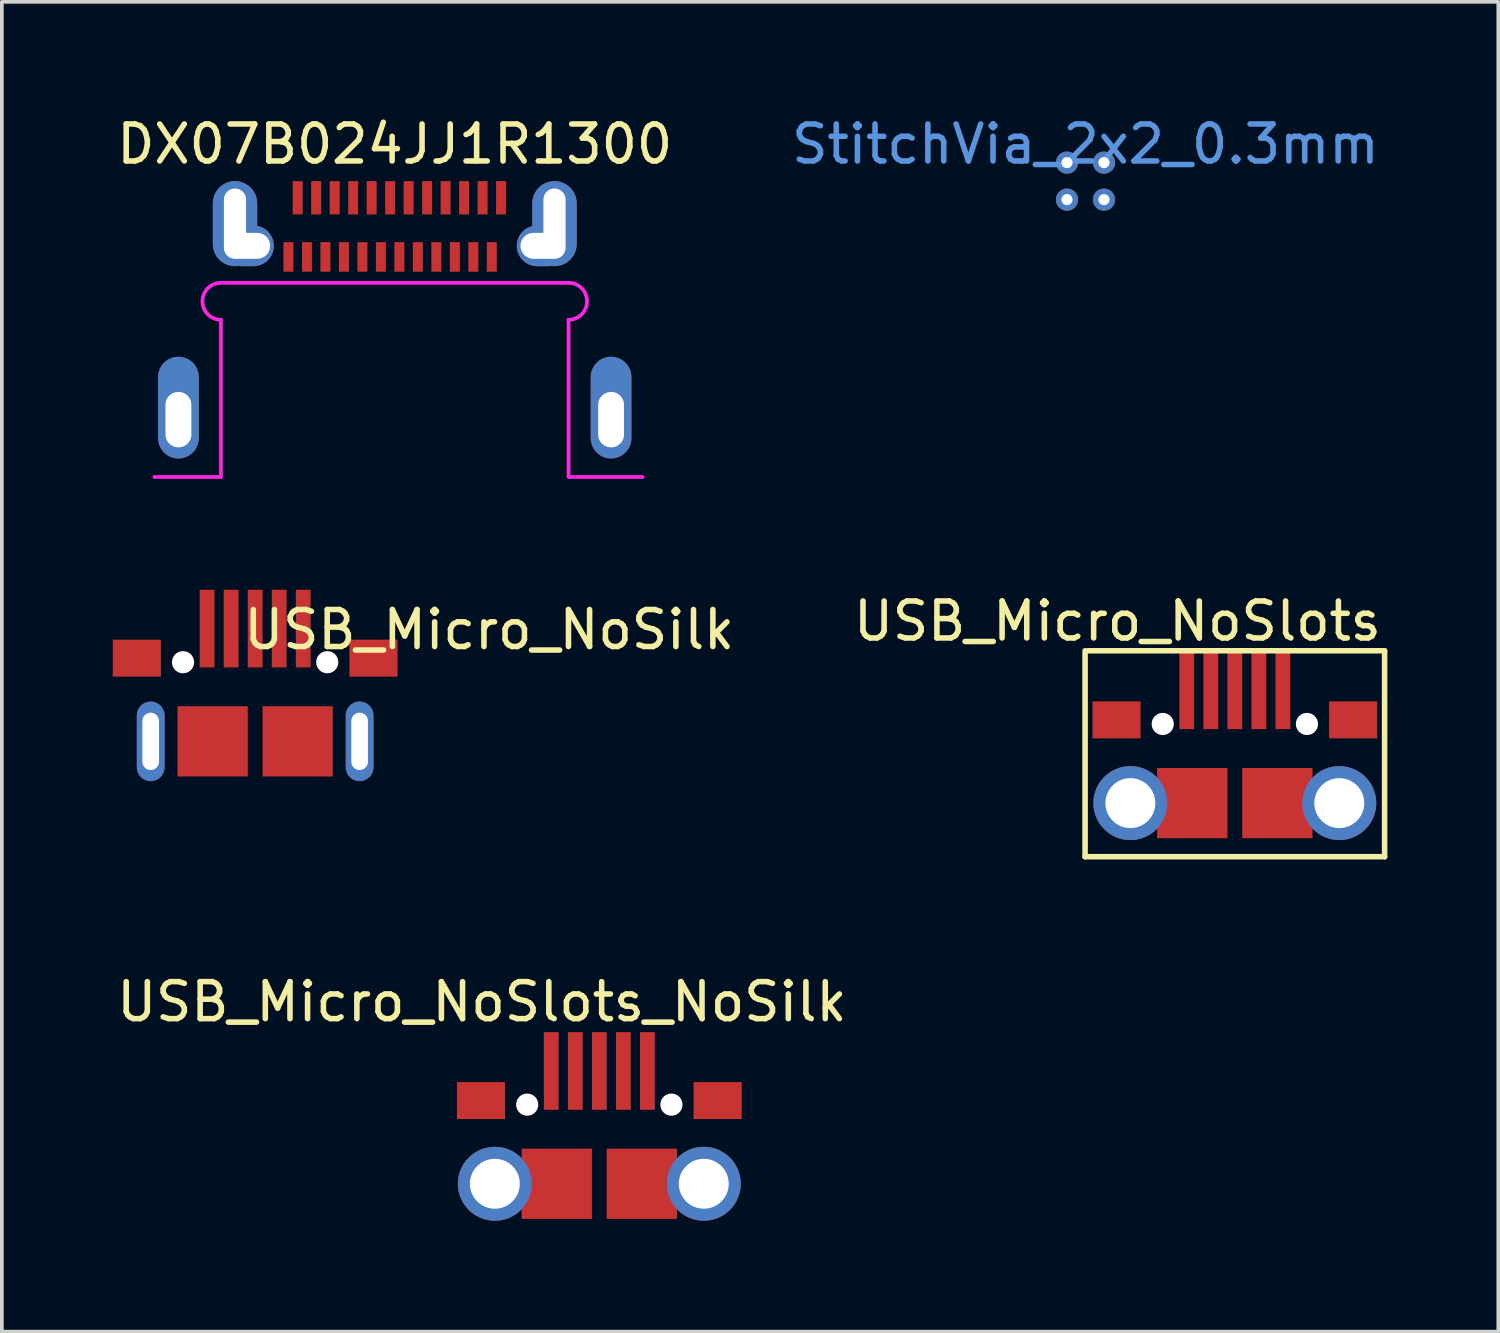
<source format=kicad_pcb>
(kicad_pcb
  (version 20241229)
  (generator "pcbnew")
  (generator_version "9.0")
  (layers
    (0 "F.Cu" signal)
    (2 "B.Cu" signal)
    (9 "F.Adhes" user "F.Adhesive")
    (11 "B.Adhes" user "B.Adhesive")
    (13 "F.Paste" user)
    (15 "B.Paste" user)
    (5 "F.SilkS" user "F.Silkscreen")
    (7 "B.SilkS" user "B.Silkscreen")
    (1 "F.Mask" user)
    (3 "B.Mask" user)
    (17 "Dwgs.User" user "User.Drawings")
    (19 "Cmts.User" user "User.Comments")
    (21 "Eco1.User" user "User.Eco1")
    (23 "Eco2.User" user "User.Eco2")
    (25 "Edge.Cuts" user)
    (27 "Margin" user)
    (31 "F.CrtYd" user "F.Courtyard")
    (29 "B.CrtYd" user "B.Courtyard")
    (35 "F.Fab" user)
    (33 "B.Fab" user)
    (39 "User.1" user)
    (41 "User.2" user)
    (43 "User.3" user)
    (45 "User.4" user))
  (footprint "DX07B024JJ1R1300"
    (layer "F.Cu")
    (at 7.625 2.998)
    (property "Reference" "DX07B024JJ1R1300" (at 0 -2.15 0) (layer "F.SilkS") (effects (font (size 1 1) (thickness 0.15))))
    (attr through_hole)
    (fp_line (start -4.7 1.6) (end 4.7 1.6) (stroke (width 0.1) (type solid)) (layer "F.CrtYd"))
    (fp_line (start -4.7 2.6) (end -4.7 6.85) (stroke (width 0.1) (type solid)) (layer "F.CrtYd"))
    (fp_line (start -4.7 6.85) (end -6.5 6.85) (stroke (width 0.1) (type solid)) (layer "F.CrtYd"))
    (fp_line (start 4.7 2.6) (end 4.7 6.85) (stroke (width 0.1) (type solid)) (layer "F.CrtYd"))
    (fp_line (start 4.7 6.85) (end 6.7 6.85) (stroke (width 0.1) (type solid)) (layer "F.CrtYd"))
    (fp_arc (start -4.7 2.6) (mid -5.2 2.1) (end -4.7 1.6) (stroke (width 0.1) (type solid)) (layer "F.CrtYd"))
    (fp_arc (start 4.7 1.6) (mid 5.2 2.1) (end 4.7 2.6) (stroke (width 0.1) (type solid)) (layer "F.CrtYd"))
    (pad "0" thru_hole oval (at -5.85 5.3) (size 1.1 2.75) (drill oval 0.7 1.5 (offset 0 -0.325)) (layers "*.Cu" "*.Mask"))
    (pad "0" thru_hole oval (at -4.32 0) (size 1.2 2.3) (drill oval 0.6 1.9) (layers "*.Cu" "*.Mask"))
    (pad "0" thru_hole oval (at -3.97 0.6) (size 1.4 1.1) (drill oval 1.2 0.7) (layers "*.Cu" "*.Mask"))
    (pad "0" thru_hole oval (at 4 0.6) (size 1.4 1.1) (drill oval 1.2 0.7) (layers "*.Cu" "*.Mask"))
    (pad "0" thru_hole oval (at 4.32 0) (size 1.2 2.3) (drill oval 0.6 1.9) (layers "*.Cu" "*.Mask"))
    (pad "0" thru_hole oval (at 5.85 5.3) (size 1.1 2.75) (drill oval 0.7 1.5 (offset 0 -0.325)) (layers "*.Cu" "*.Mask"))
    (pad "A1" smd rect (at -2.625 -0.7) (size 0.27 0.9) (layers "F.Cu" "F.Mask" "F.Paste"))
    (pad "A2" smd rect (at -2.125 -0.7) (size 0.27 0.9) (layers "F.Cu" "F.Mask" "F.Paste"))
    (pad "A3" smd rect (at -1.625 -0.7) (size 0.27 0.9) (layers "F.Cu" "F.Mask" "F.Paste"))
    (pad "A4" smd rect (at -1.125 -0.7) (size 0.27 0.9) (layers "F.Cu" "F.Mask" "F.Paste"))
    (pad "A5" smd rect (at -0.625 -0.7) (size 0.27 0.9) (layers "F.Cu" "F.Mask" "F.Paste"))
    (pad "A6" smd rect (at -0.125 -0.7) (size 0.27 0.9) (layers "F.Cu" "F.Mask" "F.Paste"))
    (pad "A7" smd rect (at 0.375 -0.7) (size 0.27 0.9) (layers "F.Cu" "F.Mask" "F.Paste"))
    (pad "A8" smd rect (at 0.875 -0.7) (size 0.27 0.9) (layers "F.Cu" "F.Mask" "F.Paste"))
    (pad "A9" smd rect (at 1.375 -0.7) (size 0.27 0.9) (layers "F.Cu" "F.Mask" "F.Paste"))
    (pad "A10" smd rect (at 1.875 -0.7) (size 0.27 0.9) (layers "F.Cu" "F.Mask" "F.Paste"))
    (pad "A11" smd rect (at 2.375 -0.7) (size 0.27 0.9) (layers "F.Cu" "F.Mask" "F.Paste"))
    (pad "A12" smd rect (at 2.875 -0.7) (size 0.27 0.9) (layers "F.Cu" "F.Mask" "F.Paste"))
    (pad "B1" smd rect (at 2.625 0.9) (size 0.27 0.8) (layers "F.Cu" "F.Mask" "F.Paste"))
    (pad "B2" smd rect (at 2.125 0.9) (size 0.27 0.8) (layers "F.Cu" "F.Mask" "F.Paste"))
    (pad "B3" smd rect (at 1.625 0.9) (size 0.27 0.8) (layers "F.Cu" "F.Mask" "F.Paste"))
    (pad "B4" smd rect (at 1.125 0.9) (size 0.27 0.8) (layers "F.Cu" "F.Mask" "F.Paste"))
    (pad "B5" smd rect (at 0.625 0.9) (size 0.27 0.8) (layers "F.Cu" "F.Mask" "F.Paste"))
    (pad "B6" smd rect (at 0.125 0.9) (size 0.27 0.8) (layers "F.Cu" "F.Mask" "F.Paste"))
    (pad "B7" smd rect (at -0.375 0.9) (size 0.27 0.8) (layers "F.Cu" "F.Mask" "F.Paste"))
    (pad "B8" smd rect (at -0.875 0.9) (size 0.27 0.8) (layers "F.Cu" "F.Mask" "F.Paste"))
    (pad "B9" smd rect (at -1.375 0.9) (size 0.27 0.8) (layers "F.Cu" "F.Mask" "F.Paste"))
    (pad "B10" smd rect (at -1.875 0.9) (size 0.27 0.8) (layers "F.Cu" "F.Mask" "F.Paste"))
    (pad "B11" smd rect (at -2.375 0.9) (size 0.27 0.8) (layers "F.Cu" "F.Mask" "F.Paste"))
    (pad "B12" smd rect (at -2.875 0.9) (size 0.27 0.8) (layers "F.Cu" "F.Mask" "F.Paste")))
  (footprint "USB_Micro_NoSilk"
    (layer "F.Cu")
    (at 3.85 14.998)
    (property "Reference" "USB_Micro_NoSilk" (at 6.33 -1.02 0) (layer "F.SilkS") (effects (font (size 1 1) (thickness 0.15))))
    (attr through_hole)
    (pad "" np_thru_hole circle (at -1.95 -0.14) (size 0.6 0.6) (drill 0.6) (layers "*.Cu" "*.Mask"))
    (pad "" np_thru_hole circle (at 1.95 -0.14) (size 0.6 0.6) (drill 0.6) (layers "*.Cu" "*.Mask"))
    (pad "1" smd rect (at -1.3 -1.05) (size 0.4 2.1) (layers "F.Cu" "F.Mask" "F.Paste"))
    (pad "2" smd rect (at -0.65 -1.05) (size 0.4 2.1) (layers "F.Cu" "F.Mask" "F.Paste"))
    (pad "3" smd rect (at 0 -1.05) (size 0.4 2.1) (layers "F.Cu" "F.Mask" "F.Paste"))
    (pad "4" smd rect (at 0.65 -1.05) (size 0.4 2.1) (layers "F.Cu" "F.Mask" "F.Paste"))
    (pad "5" smd rect (at 1.3 -1.05) (size 0.4 2.1) (layers "F.Cu" "F.Mask" "F.Paste"))
    (pad "6" smd rect (at -3.2 -0.25) (size 1.3 1) (layers "F.Cu" "F.Mask" "F.Paste"))
    (pad "6" thru_hole oval (at -2.825 2) (size 0.75 2.15) (drill oval 0.45 1.55) (layers "*.Cu" "*.Mask"))
    (pad "6" smd rect (at -1.15 2) (size 1.9 1.9) (layers "F.Cu" "F.Mask" "F.Paste"))
    (pad "6" smd rect (at 1.15 2) (size 1.9 1.9) (layers "F.Cu" "F.Mask" "F.Paste"))
    (pad "6" thru_hole oval (at 2.825 2) (size 0.75 2.15) (drill oval 0.45 1.55) (layers "*.Cu" "*.Mask"))
    (pad "6" smd rect (at 3.2 -0.25) (size 1.3 1) (layers "F.Cu" "F.Mask" "F.Paste")))
  (footprint "StitchVia_2x2_0.3mm"
    (layer "F.Cu")
    (at 26.304 1.848)
    (property "Reference" "StitchVia_2x2_0.3mm" (at 0 -1 0) (layer "Cmts.User") (effects (font (size 1 1) (thickness 0.15))))
    (attr through_hole)
    (pad "1" thru_hole circle (at -0.5 -0.5) (size 0.6 0.6) (drill 0.3) (layers "*.Cu" "*.Mask"))
    (pad "1" thru_hole circle (at -0.5 0.5) (size 0.6 0.6) (drill 0.3) (layers "*.Cu" "*.Mask"))
    (pad "1" thru_hole circle (at 0.5 -0.5) (size 0.6 0.6) (drill 0.3) (layers "*.Cu" "*.Mask"))
    (pad "1" thru_hole circle (at 0.5 0.5) (size 0.6 0.6) (drill 0.3) (layers "*.Cu" "*.Mask")))
  (footprint "USB_Micro_NoSlots_NoSilk"
    (layer "F.Cu")
    (at 13.157 26.962)
    (property "Reference" "USB_Micro_NoSlots_NoSilk" (at -3.175 -2.921 180) (layer "F.SilkS") (effects (font (size 1 1) (thickness 0.15))))
    (attr through_hole)
    (pad "" np_thru_hole circle (at -1.95 -0.14) (size 0.6 0.6) (drill 0.6) (layers "*.Cu" "*.Mask"))
    (pad "" np_thru_hole circle (at 1.95 -0.14) (size 0.6 0.6) (drill 0.6) (layers "*.Cu" "*.Mask"))
    (pad "1" smd rect (at -1.3 -1.05) (size 0.4 2.1) (layers "F.Cu" "F.Mask" "F.Paste"))
    (pad "2" smd rect (at -0.65 -1.05) (size 0.4 2.1) (layers "F.Cu" "F.Mask" "F.Paste"))
    (pad "3" smd rect (at 0 -1.05) (size 0.4 2.1) (layers "F.Cu" "F.Mask" "F.Paste"))
    (pad "4" smd rect (at 0.65 -1.05) (size 0.4 2.1) (layers "F.Cu" "F.Mask" "F.Paste"))
    (pad "5" smd rect (at 1.3 -1.05) (size 0.4 2.1) (layers "F.Cu" "F.Mask" "F.Paste"))
    (pad "6" smd rect (at -3.2 -0.25) (size 1.3 1) (layers "F.Cu" "F.Mask" "F.Paste"))
    (pad "6" thru_hole circle (at -2.825 2) (size 2 2) (drill 1.35) (layers "*.Cu" "*.Mask"))
    (pad "6" smd rect (at -1.15 2) (size 1.9 1.9) (layers "F.Cu" "F.Mask" "F.Paste"))
    (pad "6" smd rect (at 1.15 2) (size 1.9 1.9) (layers "F.Cu" "F.Mask" "F.Paste"))
    (pad "6" thru_hole circle (at 2.825 2) (size 2 2) (drill 1.35) (layers "*.Cu" "*.Mask"))
    (pad "6" smd rect (at 3.2 -0.25) (size 1.3 1) (layers "F.Cu" "F.Mask" "F.Paste")))
  (footprint "USB_Micro_NoSlots"
    (layer "F.Cu")
    (at 30.343 16.668)
    (property "Reference" "USB_Micro_NoSlots" (at -3.175 -2.921 180) (layer "F.SilkS") (effects (font (size 1 1) (thickness 0.15))))
    (attr through_hole)
    (fp_line (start -4.05 -2.12) (end -4.05 3.45) (stroke (width 0.15) (type solid)) (layer "F.SilkS"))
    (fp_line (start -4.05 3.45) (end 4.05 3.45) (stroke (width 0.15) (type solid)) (layer "F.SilkS"))
    (fp_line (start 4.05 -2.12) (end -3.97 -2.12) (stroke (width 0.15) (type solid)) (layer "F.SilkS"))
    (fp_line (start 4.05 3.45) (end 4.05 -2.12) (stroke (width 0.15) (type solid)) (layer "F.SilkS"))
    (pad "" np_thru_hole circle (at -1.95 -0.14) (size 0.6 0.6) (drill 0.6) (layers "*.Cu" "*.Mask"))
    (pad "" np_thru_hole circle (at 1.95 -0.14) (size 0.6 0.6) (drill 0.6) (layers "*.Cu" "*.Mask"))
    (pad "1" smd rect (at -1.3 -1.05) (size 0.4 2.1) (layers "F.Cu" "F.Mask" "F.Paste"))
    (pad "2" smd rect (at -0.65 -1.05) (size 0.4 2.1) (layers "F.Cu" "F.Mask" "F.Paste"))
    (pad "3" smd rect (at 0 -1.05) (size 0.4 2.1) (layers "F.Cu" "F.Mask" "F.Paste"))
    (pad "4" smd rect (at 0.65 -1.05) (size 0.4 2.1) (layers "F.Cu" "F.Mask" "F.Paste"))
    (pad "5" smd rect (at 1.3 -1.05) (size 0.4 2.1) (layers "F.Cu" "F.Mask" "F.Paste"))
    (pad "6" smd rect (at -3.2 -0.25) (size 1.3 1) (layers "F.Cu" "F.Mask" "F.Paste"))
    (pad "6" thru_hole circle (at -2.825 2) (size 2 2) (drill 1.35) (layers "*.Cu" "*.Mask"))
    (pad "6" smd rect (at -1.15 2) (size 1.9 1.9) (layers "F.Cu" "F.Mask" "F.Paste"))
    (pad "6" smd rect (at 1.15 2) (size 1.9 1.9) (layers "F.Cu" "F.Mask" "F.Paste"))
    (pad "6" thru_hole circle (at 2.825 2) (size 2 2) (drill 1.35) (layers "*.Cu" "*.Mask"))
    (pad "6" smd rect (at 3.2 -0.25) (size 1.3 1) (layers "F.Cu" "F.Mask" "F.Paste")))
  (gr_rect
    (start -3 -3)
    (end 37.468 32.962)
    (stroke (width 0.1) (type default))
    (fill no)
    (layer "Edge.Cuts")))
</source>
